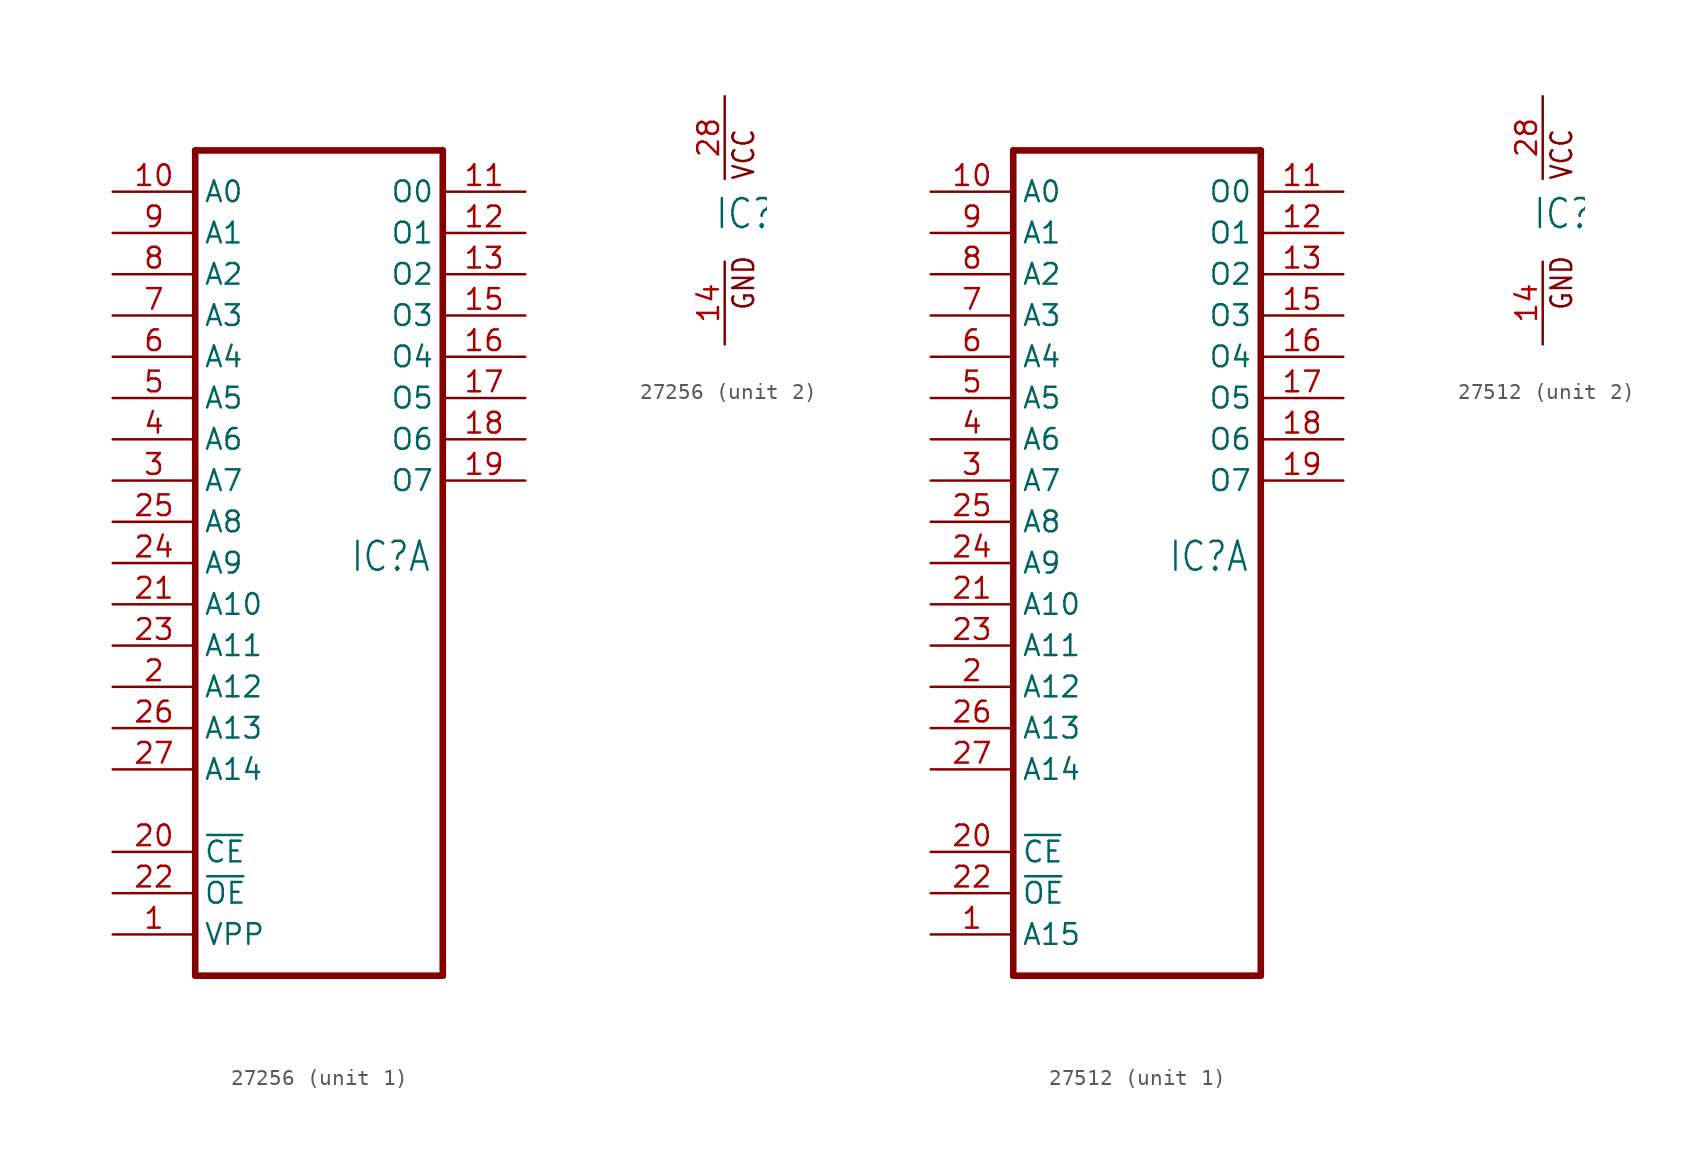
<source format=kicad_sym>
(kicad_symbol_lib
  (version 20220914)
  (generator kicad_symbol_editor)
  (symbol "27256"
    (property "Reference" "IC"
      (at -0.635 -0.635 0)
      (effects (font (size 1.778 1.511)) (justify left bottom)))
    (property "ki_locked" ""
      (at 0 0 0)
      (effects (font (size 1.27 1.27))))
    (symbol "27256_1_0"
      (polyline (pts (xy -10.16 -25.4) (xy 5.08 -25.4)) (stroke (width 0.406) (type default)) (fill (type none)))
      (polyline (pts (xy -10.16 25.4) (xy -10.16 -25.4)) (stroke (width 0.406) (type default)) (fill (type none)))
      (polyline (pts (xy 5.08 -25.4) (xy 5.08 25.4)) (stroke (width 0.406) (type default)) (fill (type none)))
      (polyline (pts (xy 5.08 25.4) (xy -10.16 25.4)) (stroke (width 0.406) (type default)) (fill (type none)))
      (pin input line (at -15.24 -22.86 0) (length 5.08) (name "VPP" (effects (font (size 1.27 1.27)))) (number "1" (effects (font (size 1.27 1.27)))))
      (pin input line (at -15.24 22.86 0) (length 5.08) (name "A0" (effects (font (size 1.27 1.27)))) (number "10" (effects (font (size 1.27 1.27)))))
      (pin tri_state line (at 10.16 22.86 180) (length 5.08) (name "O0" (effects (font (size 1.27 1.27)))) (number "11" (effects (font (size 1.27 1.27)))))
      (pin tri_state line (at 10.16 20.32 180) (length 5.08) (name "O1" (effects (font (size 1.27 1.27)))) (number "12" (effects (font (size 1.27 1.27)))))
      (pin tri_state line (at 10.16 17.78 180) (length 5.08) (name "O2" (effects (font (size 1.27 1.27)))) (number "13" (effects (font (size 1.27 1.27)))))
      (pin tri_state line (at 10.16 15.24 180) (length 5.08) (name "O3" (effects (font (size 1.27 1.27)))) (number "15" (effects (font (size 1.27 1.27)))))
      (pin tri_state line (at 10.16 12.7 180) (length 5.08) (name "O4" (effects (font (size 1.27 1.27)))) (number "16" (effects (font (size 1.27 1.27)))))
      (pin tri_state line (at 10.16 10.16 180) (length 5.08) (name "O5" (effects (font (size 1.27 1.27)))) (number "17" (effects (font (size 1.27 1.27)))))
      (pin tri_state line (at 10.16 7.62 180) (length 5.08) (name "O6" (effects (font (size 1.27 1.27)))) (number "18" (effects (font (size 1.27 1.27)))))
      (pin tri_state line (at 10.16 5.08 180) (length 5.08) (name "O7" (effects (font (size 1.27 1.27)))) (number "19" (effects (font (size 1.27 1.27)))))
      (pin input line (at -15.24 -7.62 0) (length 5.08) (name "A12" (effects (font (size 1.27 1.27)))) (number "2" (effects (font (size 1.27 1.27)))))
      (pin input line (at -15.24 -17.78 0) (length 5.08) (name "~{CE}" (effects (font (size 1.27 1.27)))) (number "20" (effects (font (size 1.27 1.27)))))
      (pin input line (at -15.24 -2.54 0) (length 5.08) (name "A10" (effects (font (size 1.27 1.27)))) (number "21" (effects (font (size 1.27 1.27)))))
      (pin input line (at -15.24 -20.32 0) (length 5.08) (name "~{OE}" (effects (font (size 1.27 1.27)))) (number "22" (effects (font (size 1.27 1.27)))))
      (pin input line (at -15.24 -5.08 0) (length 5.08) (name "A11" (effects (font (size 1.27 1.27)))) (number "23" (effects (font (size 1.27 1.27)))))
      (pin input line (at -15.24 0 0) (length 5.08) (name "A9" (effects (font (size 1.27 1.27)))) (number "24" (effects (font (size 1.27 1.27)))))
      (pin input line (at -15.24 2.54 0) (length 5.08) (name "A8" (effects (font (size 1.27 1.27)))) (number "25" (effects (font (size 1.27 1.27)))))
      (pin input line (at -15.24 -10.16 0) (length 5.08) (name "A13" (effects (font (size 1.27 1.27)))) (number "26" (effects (font (size 1.27 1.27)))))
      (pin input line (at -15.24 -12.7 0) (length 5.08) (name "A14" (effects (font (size 1.27 1.27)))) (number "27" (effects (font (size 1.27 1.27)))))
      (pin input line (at -15.24 5.08 0) (length 5.08) (name "A7" (effects (font (size 1.27 1.27)))) (number "3" (effects (font (size 1.27 1.27)))))
      (pin input line (at -15.24 7.62 0) (length 5.08) (name "A6" (effects (font (size 1.27 1.27)))) (number "4" (effects (font (size 1.27 1.27)))))
      (pin input line (at -15.24 10.16 0) (length 5.08) (name "A5" (effects (font (size 1.27 1.27)))) (number "5" (effects (font (size 1.27 1.27)))))
      (pin input line (at -15.24 12.7 0) (length 5.08) (name "A4" (effects (font (size 1.27 1.27)))) (number "6" (effects (font (size 1.27 1.27)))))
      (pin input line (at -15.24 15.24 0) (length 5.08) (name "A3" (effects (font (size 1.27 1.27)))) (number "7" (effects (font (size 1.27 1.27)))))
      (pin input line (at -15.24 17.78 0) (length 5.08) (name "A2" (effects (font (size 1.27 1.27)))) (number "8" (effects (font (size 1.27 1.27)))))
      (pin input line (at -15.24 20.32 0) (length 5.08) (name "A1" (effects (font (size 1.27 1.27)))) (number "9" (effects (font (size 1.27 1.27))))))
    (symbol "27256_2_0"
      (text "GND" (at 1.905 -5.588 900) (effects (font (size 1.27 1.079)) (justify left bottom)))
      (text "VCC" (at 1.905 2.413 900) (effects (font (size 1.27 1.079)) (justify left bottom)))
      (pin power_in line (at 0 -7.62 90) (length 5.08) (name "GND" (effects (font (size 0 0)))) (number "14" (effects (font (size 1.27 1.27)))))
      (pin power_in line (at 0 7.62 270) (length 5.08) (name "VCC" (effects (font (size 0 0)))) (number "28" (effects (font (size 1.27 1.27)))))))
  (symbol "27512"
    (property "Reference" "IC"
      (at -0.635 -0.635 0)
      (effects (font (size 1.778 1.511)) (justify left bottom)))
    (property "ki_locked" ""
      (at 0 0 0)
      (effects (font (size 1.27 1.27))))
    (symbol "27512_1_0"
      (polyline (pts (xy -10.16 -25.4) (xy 5.08 -25.4)) (stroke (width 0.406) (type default)) (fill (type none)))
      (polyline (pts (xy -10.16 25.4) (xy -10.16 -25.4)) (stroke (width 0.406) (type default)) (fill (type none)))
      (polyline (pts (xy 5.08 -25.4) (xy 5.08 25.4)) (stroke (width 0.406) (type default)) (fill (type none)))
      (polyline (pts (xy 5.08 25.4) (xy -10.16 25.4)) (stroke (width 0.406) (type default)) (fill (type none)))
      (pin input line (at -15.24 -22.86 0) (length 5.08) (name "A15" (effects (font (size 1.27 1.27)))) (number "1" (effects (font (size 1.27 1.27)))))
      (pin input line (at -15.24 22.86 0) (length 5.08) (name "A0" (effects (font (size 1.27 1.27)))) (number "10" (effects (font (size 1.27 1.27)))))
      (pin tri_state line (at 10.16 22.86 180) (length 5.08) (name "O0" (effects (font (size 1.27 1.27)))) (number "11" (effects (font (size 1.27 1.27)))))
      (pin tri_state line (at 10.16 20.32 180) (length 5.08) (name "O1" (effects (font (size 1.27 1.27)))) (number "12" (effects (font (size 1.27 1.27)))))
      (pin tri_state line (at 10.16 17.78 180) (length 5.08) (name "O2" (effects (font (size 1.27 1.27)))) (number "13" (effects (font (size 1.27 1.27)))))
      (pin tri_state line (at 10.16 15.24 180) (length 5.08) (name "O3" (effects (font (size 1.27 1.27)))) (number "15" (effects (font (size 1.27 1.27)))))
      (pin tri_state line (at 10.16 12.7 180) (length 5.08) (name "O4" (effects (font (size 1.27 1.27)))) (number "16" (effects (font (size 1.27 1.27)))))
      (pin tri_state line (at 10.16 10.16 180) (length 5.08) (name "O5" (effects (font (size 1.27 1.27)))) (number "17" (effects (font (size 1.27 1.27)))))
      (pin tri_state line (at 10.16 7.62 180) (length 5.08) (name "O6" (effects (font (size 1.27 1.27)))) (number "18" (effects (font (size 1.27 1.27)))))
      (pin tri_state line (at 10.16 5.08 180) (length 5.08) (name "O7" (effects (font (size 1.27 1.27)))) (number "19" (effects (font (size 1.27 1.27)))))
      (pin input line (at -15.24 -7.62 0) (length 5.08) (name "A12" (effects (font (size 1.27 1.27)))) (number "2" (effects (font (size 1.27 1.27)))))
      (pin input line (at -15.24 -17.78 0) (length 5.08) (name "~{CE}" (effects (font (size 1.27 1.27)))) (number "20" (effects (font (size 1.27 1.27)))))
      (pin input line (at -15.24 -2.54 0) (length 5.08) (name "A10" (effects (font (size 1.27 1.27)))) (number "21" (effects (font (size 1.27 1.27)))))
      (pin input line (at -15.24 -20.32 0) (length 5.08) (name "~{OE}" (effects (font (size 1.27 1.27)))) (number "22" (effects (font (size 1.27 1.27)))))
      (pin input line (at -15.24 -5.08 0) (length 5.08) (name "A11" (effects (font (size 1.27 1.27)))) (number "23" (effects (font (size 1.27 1.27)))))
      (pin input line (at -15.24 0 0) (length 5.08) (name "A9" (effects (font (size 1.27 1.27)))) (number "24" (effects (font (size 1.27 1.27)))))
      (pin input line (at -15.24 2.54 0) (length 5.08) (name "A8" (effects (font (size 1.27 1.27)))) (number "25" (effects (font (size 1.27 1.27)))))
      (pin input line (at -15.24 -10.16 0) (length 5.08) (name "A13" (effects (font (size 1.27 1.27)))) (number "26" (effects (font (size 1.27 1.27)))))
      (pin input line (at -15.24 -12.7 0) (length 5.08) (name "A14" (effects (font (size 1.27 1.27)))) (number "27" (effects (font (size 1.27 1.27)))))
      (pin input line (at -15.24 5.08 0) (length 5.08) (name "A7" (effects (font (size 1.27 1.27)))) (number "3" (effects (font (size 1.27 1.27)))))
      (pin input line (at -15.24 7.62 0) (length 5.08) (name "A6" (effects (font (size 1.27 1.27)))) (number "4" (effects (font (size 1.27 1.27)))))
      (pin input line (at -15.24 10.16 0) (length 5.08) (name "A5" (effects (font (size 1.27 1.27)))) (number "5" (effects (font (size 1.27 1.27)))))
      (pin input line (at -15.24 12.7 0) (length 5.08) (name "A4" (effects (font (size 1.27 1.27)))) (number "6" (effects (font (size 1.27 1.27)))))
      (pin input line (at -15.24 15.24 0) (length 5.08) (name "A3" (effects (font (size 1.27 1.27)))) (number "7" (effects (font (size 1.27 1.27)))))
      (pin input line (at -15.24 17.78 0) (length 5.08) (name "A2" (effects (font (size 1.27 1.27)))) (number "8" (effects (font (size 1.27 1.27)))))
      (pin input line (at -15.24 20.32 0) (length 5.08) (name "A1" (effects (font (size 1.27 1.27)))) (number "9" (effects (font (size 1.27 1.27))))))
    (symbol "27512_2_0"
      (text "GND" (at 1.905 -5.588 900) (effects (font (size 1.27 1.079)) (justify left bottom)))
      (text "VCC" (at 1.905 2.413 900) (effects (font (size 1.27 1.079)) (justify left bottom)))
      (pin power_in line (at 0 -7.62 90) (length 5.08) (name "GND" (effects (font (size 0 0)))) (number "14" (effects (font (size 1.27 1.27)))))
      (pin power_in line (at 0 7.62 270) (length 5.08) (name "VCC" (effects (font (size 0 0)))) (number "28" (effects (font (size 1.27 1.27))))))))
</source>
